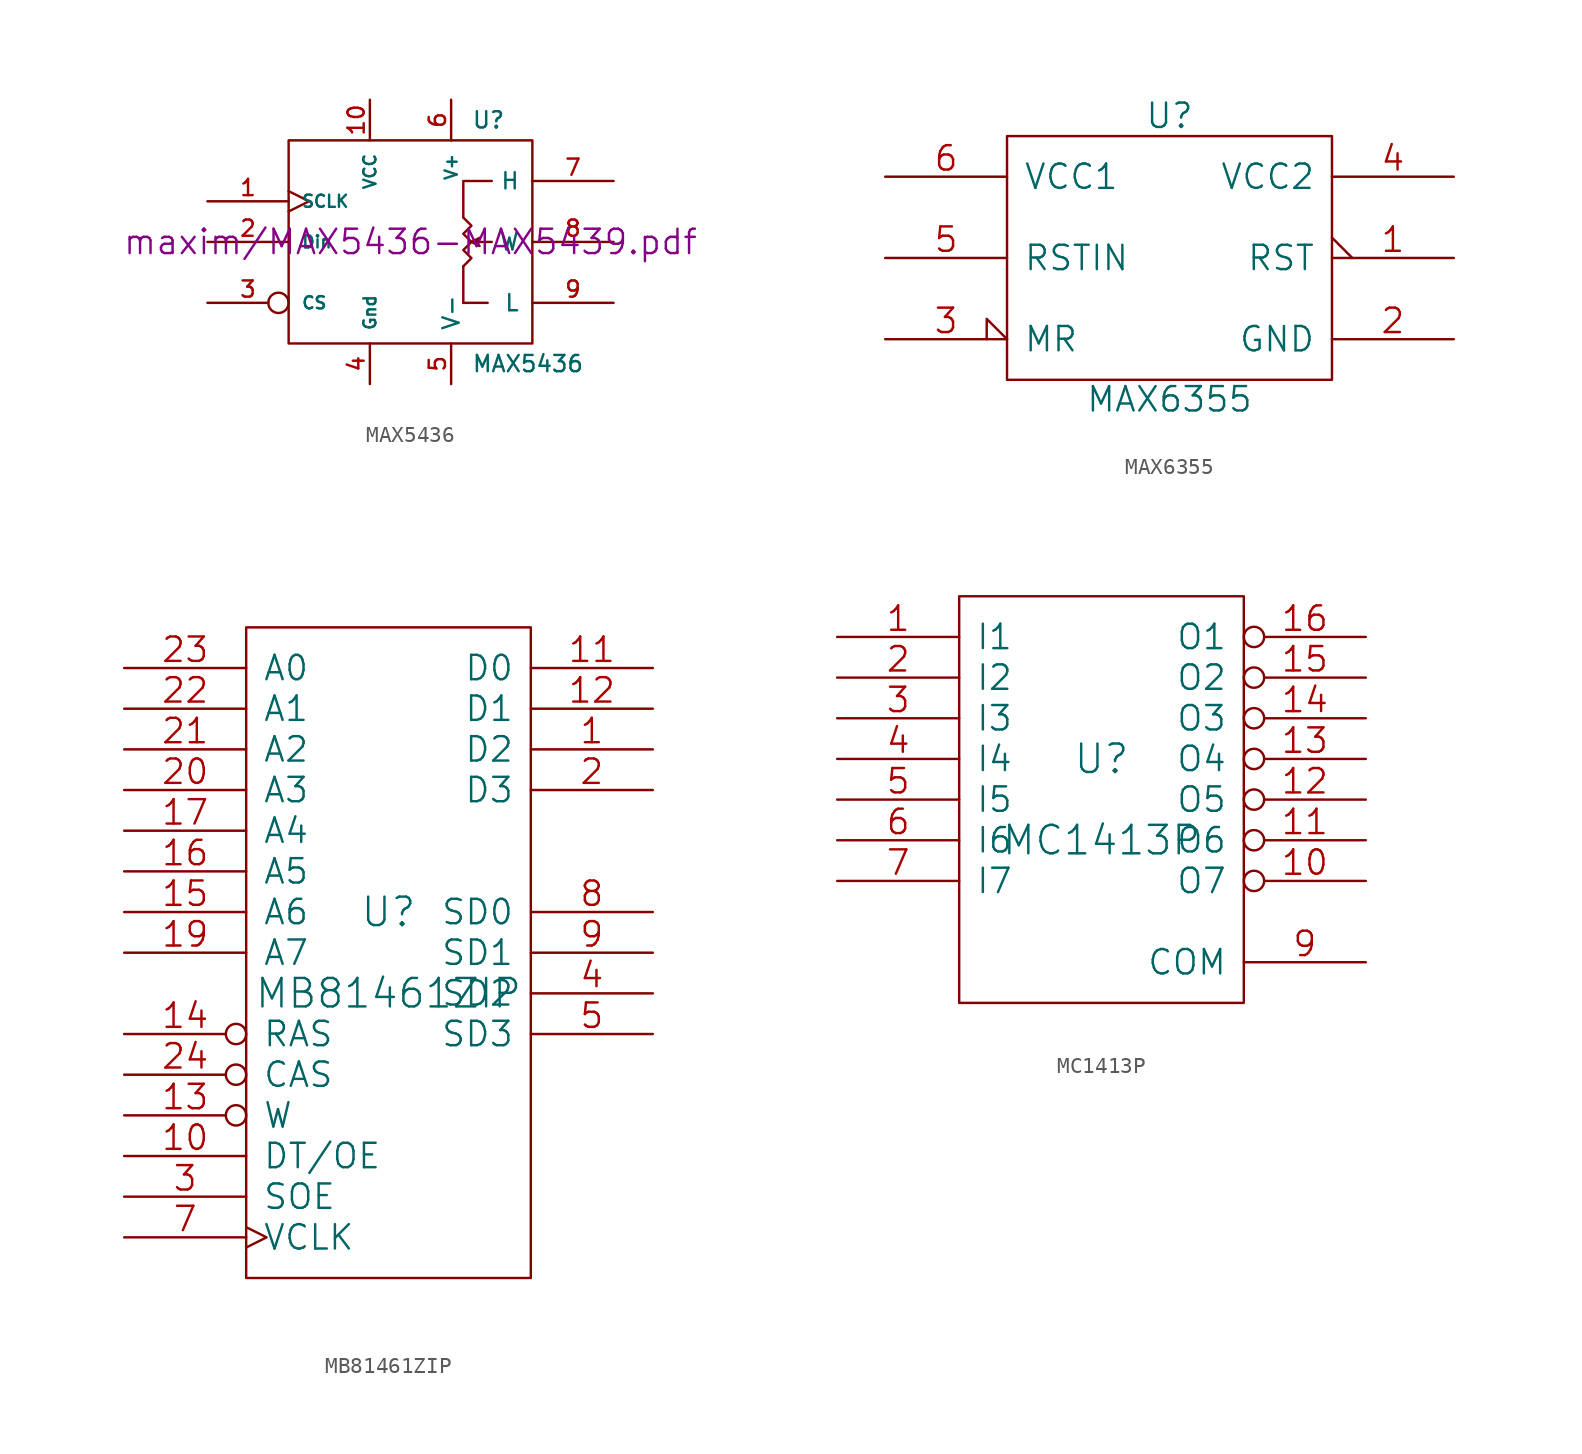
<source format=kicad_sym>
(kicad_symbol_lib
  (version 20211014)
  (generator kicad_symbol_editor)
  (symbol "MAX5436"
    (pin_names
      (offset 0.762))
    (property "Reference" "U"
      (at 3.81 7.62 0)
      (effects (font (size 1.016 1.016)) (justify left)))
    (property "Value" "MAX5436"
      (at 3.81 -7.62 0)
      (effects (font (size 1.016 1.016)) (justify left)))
    (property "Footprint" ""
      (at 0 0 0)
      (effects (font (size 1.524 1.524))))
    (property "Datasheet" "maxim/MAX5436-MAX5439.pdf"
      (at 0 0 0)
      (effects (font (size 1.524 1.524))))
    (symbol "MAX5436_0_1"
      (rectangle (start -7.62 6.35) (end 7.62 -6.35) (stroke (width 0) (type default) (color 0 0 0 0)) (fill (type none)))
      (polyline (pts (xy 3.302 -1.524) (xy 3.302 -3.81)) (stroke (width 0) (type default) (color 0 0 0 0)) (fill (type none)))
      (polyline (pts (xy 4.826 -3.81) (xy 3.302 -3.81)) (stroke (width 0) (type default) (color 0 0 0 0)) (fill (type none)))
      (polyline (pts (xy 5.08 0) (xy 4.318 0)) (stroke (width 0) (type default) (color 0 0 0 0)) (fill (type none)))
      (polyline (pts (xy 3.302 1.524) (xy 3.302 3.81) (xy 5.08 3.81)) (stroke (width 0) (type default) (color 0 0 0 0)) (fill (type none)))
      (polyline (pts (xy 4.318 -0.254) (xy 3.81 0) (xy 4.318 0.254)) (stroke (width 0) (type default) (color 0 0 0 0)) (fill (type outline)))
      (polyline (pts (xy 3.81 0) (xy 3.302 0.508) (xy 3.81 1.016) (xy 3.302 1.524)) (stroke (width 0) (type default) (color 0 0 0 0)) (fill (type none)))
      (polyline (pts (xy 3.81 0) (xy 3.302 -0.508) (xy 3.81 -1.016) (xy 3.302 -1.524) (xy 3.302 -1.524)) (stroke (width 0) (type default) (color 0 0 0 0)) (fill (type none))))
    (symbol "MAX5436_1_1"
      (pin input clock (at -12.7 2.54 0) (length 5.08) (name "SCLK" (effects (font (size 0.762 0.762)))) (number "1" (effects (font (size 1.016 1.016)))))
      (pin power_in line (at -2.54 8.89 270) (length 2.54) (name "VCC" (effects (font (size 0.762 0.762)))) (number "10" (effects (font (size 1.016 1.016)))))
      (pin input line (at -12.7 0 0) (length 5.08) (name "Din" (effects (font (size 0.762 0.762)))) (number "2" (effects (font (size 1.016 1.016)))))
      (pin input inverted (at -12.7 -3.81 0) (length 5.08) (name "CS" (effects (font (size 0.762 0.762)))) (number "3" (effects (font (size 1.016 1.016)))))
      (pin power_in line (at -2.54 -8.89 90) (length 2.54) (name "Gnd" (effects (font (size 0.762 0.762)))) (number "4" (effects (font (size 1.016 1.016)))))
      (pin power_in line (at 2.54 -8.89 90) (length 2.54) (name "V-" (effects (font (size 1.016 1.016)))) (number "5" (effects (font (size 1.016 1.016)))))
      (pin power_in line (at 2.54 8.89 270) (length 2.54) (name "V+" (effects (font (size 0.762 0.762)))) (number "6" (effects (font (size 1.016 1.016)))))
      (pin passive line (at 12.7 3.81 180) (length 5.08) (name "H" (effects (font (size 1.016 1.016)))) (number "7" (effects (font (size 1.016 1.016)))))
      (pin passive line (at 12.7 0 180) (length 5.08) (name "W" (effects (font (size 1.016 1.016)))) (number "8" (effects (font (size 1.016 1.016)))))
      (pin passive line (at 12.7 -3.81 180) (length 5.08) (name "L" (effects (font (size 1.016 1.016)))) (number "9" (effects (font (size 1.016 1.016)))))))
  (symbol "MAX6355"
    (pin_names
      (offset 1.016))
    (property "Reference" "U"
      (at 0 8.89 0)
      (effects (font (size 1.524 1.524))))
    (property "Value" "MAX6355"
      (at 0 -8.839 0)
      (effects (font (size 1.524 1.524))))
    (property "Footprint" ""
      (at 0 0 0)
      (effects (font (size 1.524 1.524))))
    (property "Datasheet" ""
      (at 0 0 0)
      (effects (font (size 1.524 1.524))))
    (symbol "MAX6355_0_1"
      (rectangle (start -10.16 7.62) (end 10.16 -7.62) (stroke (width 0) (type default) (color 0 0 0 0)) (fill (type none))))
    (symbol "MAX6355_1_1"
      (pin open_collector output_low (at 17.78 0 180) (length 7.62) (name "RST" (effects (font (size 1.524 1.524)))) (number "1" (effects (font (size 1.524 1.524)))))
      (pin passive line (at 17.78 -5.08 180) (length 7.62) (name "GND" (effects (font (size 1.524 1.524)))) (number "2" (effects (font (size 1.524 1.524)))))
      (pin input input_low (at -17.78 -5.08 0) (length 7.62) (name "MR" (effects (font (size 1.524 1.524)))) (number "3" (effects (font (size 1.524 1.524)))))
      (pin passive line (at 17.78 5.08 180) (length 7.62) (name "VCC2" (effects (font (size 1.524 1.524)))) (number "4" (effects (font (size 1.524 1.524)))))
      (pin input line (at -17.78 0 0) (length 7.62) (name "RSTIN" (effects (font (size 1.524 1.524)))) (number "5" (effects (font (size 1.524 1.524)))))
      (pin passive line (at -17.78 5.08 0) (length 7.62) (name "VCC1" (effects (font (size 1.524 1.524)))) (number "6" (effects (font (size 1.524 1.524)))))))
  (symbol "MB81461ZIP"
    (pin_names
      (offset 1.016))
    (property "Reference" "U"
      (at 0 2.54 0)
      (effects (font (size 1.778 1.778))))
    (property "Value" "MB81461ZIP"
      (at 0 -2.54 0)
      (effects (font (size 1.778 1.778))))
    (property "Footprint" ""
      (at 0 0 0)
      (effects (font (size 1.524 1.524))))
    (property "Datasheet" ""
      (at 0 0 0)
      (effects (font (size 1.524 1.524))))
    (symbol "MB81461ZIP_0_1"
      (rectangle (start -8.89 -20.32) (end 8.89 20.32) (stroke (width 0) (type default) (color 0 0 0 0)) (fill (type none))))
    (symbol "MB81461ZIP_1_1"
      (pin tri_state line (at 16.51 12.7 180) (length 7.62) (name "D2" (effects (font (size 1.524 1.524)))) (number "1" (effects (font (size 1.524 1.524)))))
      (pin input line (at -16.51 -12.7 0) (length 7.62) (name "DT/OE" (effects (font (size 1.524 1.524)))) (number "10" (effects (font (size 1.524 1.524)))))
      (pin tri_state line (at 16.51 17.78 180) (length 7.62) (name "D0" (effects (font (size 1.524 1.524)))) (number "11" (effects (font (size 1.524 1.524)))))
      (pin tri_state line (at 16.51 15.24 180) (length 7.62) (name "D1" (effects (font (size 1.524 1.524)))) (number "12" (effects (font (size 1.524 1.524)))))
      (pin input inverted (at -16.51 -10.16 0) (length 7.62) (name "W" (effects (font (size 1.524 1.524)))) (number "13" (effects (font (size 1.524 1.524)))))
      (pin input inverted (at -16.51 -5.08 0) (length 7.62) (name "RAS" (effects (font (size 1.524 1.524)))) (number "14" (effects (font (size 1.524 1.524)))))
      (pin input line (at -16.51 2.54 0) (length 7.62) (name "A6" (effects (font (size 1.524 1.524)))) (number "15" (effects (font (size 1.524 1.524)))))
      (pin input line (at -16.51 5.08 0) (length 7.62) (name "A5" (effects (font (size 1.524 1.524)))) (number "16" (effects (font (size 1.524 1.524)))))
      (pin input line (at -16.51 7.62 0) (length 7.62) (name "A4" (effects (font (size 1.524 1.524)))) (number "17" (effects (font (size 1.524 1.524)))))
      (pin power_in line (at 1.27 20.32 90) (length 0) hide (name "VCC" (effects (font (size 1.524 1.524)))) (number "18" (effects (font (size 1.524 1.524)))))
      (pin input line (at -16.51 0 0) (length 7.62) (name "A7" (effects (font (size 1.524 1.524)))) (number "19" (effects (font (size 1.524 1.524)))))
      (pin tri_state line (at 16.51 10.16 180) (length 7.62) (name "D3" (effects (font (size 1.524 1.524)))) (number "2" (effects (font (size 1.524 1.524)))))
      (pin input line (at -16.51 10.16 0) (length 7.62) (name "A3" (effects (font (size 1.524 1.524)))) (number "20" (effects (font (size 1.524 1.524)))))
      (pin input line (at -16.51 12.7 0) (length 7.62) (name "A2" (effects (font (size 1.524 1.524)))) (number "21" (effects (font (size 1.524 1.524)))))
      (pin input line (at -16.51 15.24 0) (length 7.62) (name "A1" (effects (font (size 1.524 1.524)))) (number "22" (effects (font (size 1.524 1.524)))))
      (pin input line (at -16.51 17.78 0) (length 7.62) (name "A0" (effects (font (size 1.524 1.524)))) (number "23" (effects (font (size 1.524 1.524)))))
      (pin input inverted (at -16.51 -7.62 0) (length 7.62) (name "CAS" (effects (font (size 1.524 1.524)))) (number "24" (effects (font (size 1.524 1.524)))))
      (pin input line (at -16.51 -15.24 0) (length 7.62) (name "SOE" (effects (font (size 1.524 1.524)))) (number "3" (effects (font (size 1.524 1.524)))))
      (pin tri_state line (at 16.51 -2.54 180) (length 7.62) (name "SD2" (effects (font (size 1.524 1.524)))) (number "4" (effects (font (size 1.524 1.524)))))
      (pin tri_state line (at 16.51 -5.08 180) (length 7.62) (name "SD3" (effects (font (size 1.524 1.524)))) (number "5" (effects (font (size 1.524 1.524)))))
      (pin power_in line (at 1.27 -20.32 90) (length 0) hide (name "VSS" (effects (font (size 1.524 1.524)))) (number "6" (effects (font (size 1.524 1.524)))))
      (pin input clock (at -16.51 -17.78 0) (length 7.62) (name "VCLK" (effects (font (size 1.524 1.524)))) (number "7" (effects (font (size 1.524 1.524)))))
      (pin tri_state line (at 16.51 2.54 180) (length 7.62) (name "SD0" (effects (font (size 1.524 1.524)))) (number "8" (effects (font (size 1.524 1.524)))))
      (pin tri_state line (at 16.51 0 180) (length 7.62) (name "SD1" (effects (font (size 1.524 1.524)))) (number "9" (effects (font (size 1.524 1.524)))))))
  (symbol "MC1413P"
    (pin_names
      (offset 1.016))
    (property "Reference" "U"
      (at 0 2.54 0)
      (effects (font (size 1.778 1.778))))
    (property "Value" "MC1413P"
      (at 0 -2.54 0)
      (effects (font (size 1.778 1.778))))
    (property "Footprint" ""
      (at 0 0 0)
      (effects (font (size 1.524 1.524))))
    (property "Datasheet" ""
      (at 0 0 0)
      (effects (font (size 1.524 1.524))))
    (symbol "MC1413P_0_1"
      (rectangle (start -8.89 -12.7) (end 8.89 12.7) (stroke (width 0) (type default) (color 0 0 0 0)) (fill (type none))))
    (symbol "MC1413P_1_1"
      (pin input line (at -16.51 10.16 0) (length 7.62) (name "I1" (effects (font (size 1.524 1.524)))) (number "1" (effects (font (size 1.524 1.524)))))
      (pin open_collector inverted (at 16.51 -5.08 180) (length 7.62) (name "O7" (effects (font (size 1.524 1.524)))) (number "10" (effects (font (size 1.524 1.524)))))
      (pin open_collector inverted (at 16.51 -2.54 180) (length 7.62) (name "O6" (effects (font (size 1.524 1.524)))) (number "11" (effects (font (size 1.524 1.524)))))
      (pin open_collector inverted (at 16.51 0 180) (length 7.62) (name "O5" (effects (font (size 1.524 1.524)))) (number "12" (effects (font (size 1.524 1.524)))))
      (pin open_collector inverted (at 16.51 2.54 180) (length 7.62) (name "O4" (effects (font (size 1.524 1.524)))) (number "13" (effects (font (size 1.524 1.524)))))
      (pin open_collector inverted (at 16.51 5.08 180) (length 7.62) (name "O3" (effects (font (size 1.524 1.524)))) (number "14" (effects (font (size 1.524 1.524)))))
      (pin open_collector inverted (at 16.51 7.62 180) (length 7.62) (name "O2" (effects (font (size 1.524 1.524)))) (number "15" (effects (font (size 1.524 1.524)))))
      (pin open_collector inverted (at 16.51 10.16 180) (length 7.62) (name "O1" (effects (font (size 1.524 1.524)))) (number "16" (effects (font (size 1.524 1.524)))))
      (pin input line (at -16.51 7.62 0) (length 7.62) (name "I2" (effects (font (size 1.524 1.524)))) (number "2" (effects (font (size 1.524 1.524)))))
      (pin input line (at -16.51 5.08 0) (length 7.62) (name "I3" (effects (font (size 1.524 1.524)))) (number "3" (effects (font (size 1.524 1.524)))))
      (pin input line (at -16.51 2.54 0) (length 7.62) (name "I4" (effects (font (size 1.524 1.524)))) (number "4" (effects (font (size 1.524 1.524)))))
      (pin input line (at -16.51 0 0) (length 7.62) (name "I5" (effects (font (size 1.524 1.524)))) (number "5" (effects (font (size 1.524 1.524)))))
      (pin input line (at -16.51 -2.54 0) (length 7.62) (name "I6" (effects (font (size 1.524 1.524)))) (number "6" (effects (font (size 1.524 1.524)))))
      (pin input line (at -16.51 -5.08 0) (length 7.62) (name "I7" (effects (font (size 1.524 1.524)))) (number "7" (effects (font (size 1.524 1.524)))))
      (pin power_in line (at -8.89 -12.7 90) (length 0) hide (name "GND" (effects (font (size 1.524 1.524)))) (number "8" (effects (font (size 1.524 1.524)))))
      (pin input line (at 16.51 -10.16 180) (length 7.62) (name "COM" (effects (font (size 1.524 1.524)))) (number "9" (effects (font (size 1.524 1.524))))))))
</source>
